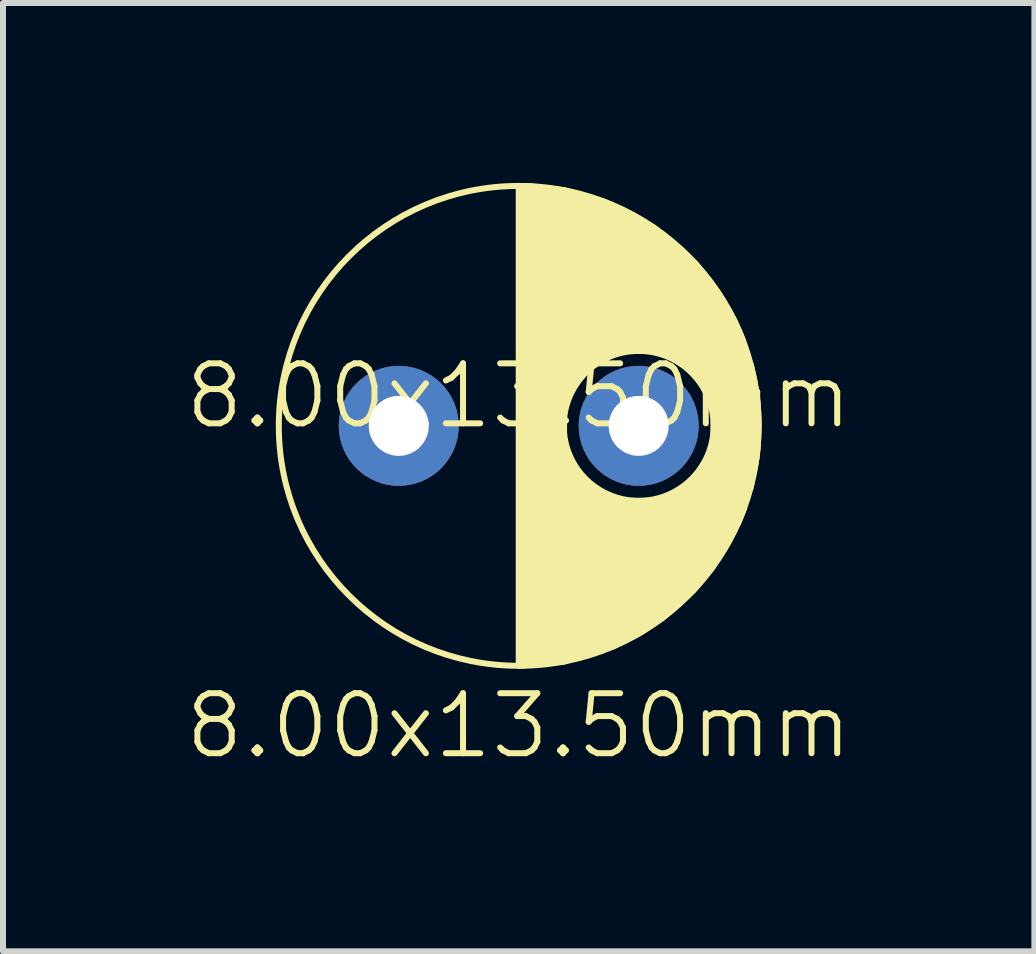
<source format=kicad_pcb>
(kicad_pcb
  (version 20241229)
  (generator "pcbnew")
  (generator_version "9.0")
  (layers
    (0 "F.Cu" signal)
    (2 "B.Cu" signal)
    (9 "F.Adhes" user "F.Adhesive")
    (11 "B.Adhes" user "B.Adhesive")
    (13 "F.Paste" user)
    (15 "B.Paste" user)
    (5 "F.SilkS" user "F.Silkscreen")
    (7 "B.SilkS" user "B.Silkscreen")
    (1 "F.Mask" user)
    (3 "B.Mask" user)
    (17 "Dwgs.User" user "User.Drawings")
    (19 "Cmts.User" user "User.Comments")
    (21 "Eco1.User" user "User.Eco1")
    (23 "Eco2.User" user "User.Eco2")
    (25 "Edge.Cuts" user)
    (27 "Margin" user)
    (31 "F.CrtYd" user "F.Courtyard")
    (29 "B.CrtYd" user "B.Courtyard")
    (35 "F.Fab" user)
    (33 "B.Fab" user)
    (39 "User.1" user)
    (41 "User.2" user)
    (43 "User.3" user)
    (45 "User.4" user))
  (footprint "8.00x13.50mm"
    (layer "F.Cu")
    (at 5.598 4.05)
    (property "Reference" "8.00x13.50mm" (at 0 -0.5 0) (unlocked yes) (layer "F.SilkS") (effects (font (size 1 1) (thickness 0.1))))
    (attr smd)
    (fp_circle (center 0 0) (end 0 -4) (stroke (width 0.1) (type default)) (fill no) (layer "F.SilkS"))
    (fp_circle (center 2 0) (end 3.25 0) (stroke (width 0.1) (type default)) (fill no) (layer "F.SilkS"))
    (fp_poly (pts (xy 0.5 -1.25) (xy 0.5 -0.5) (xy 0.75 -0.442) (xy 0.861 -0.515) (xy 1.094 -0.861) (xy 1.322 -1.05) (xy 1.535 -1.16) (xy 1.571 -1.25)) (stroke (width 0.05) (type solid)) (fill yes) (layer "F.SilkS"))
    (fp_poly (pts (xy 0.75 1.5) (xy 1.5 1.5) (xy 1.558 1.25) (xy 1.485 1.139) (xy 1.139 0.906) (xy 0.95 0.678) (xy 0.84 0.465) (xy 0.75 0.429)) (stroke (width 0.05) (type solid)) (fill yes) (layer "F.SilkS"))
    (fp_poly (pts (xy 3.25 -1.5) (xy 2.5 -1.5) (xy 2.442 -1.25) (xy 2.515 -1.139) (xy 2.861 -0.906) (xy 3.05 -0.678) (xy 3.16 -0.465) (xy 3.25 -0.429)) (stroke (width 0.05) (type solid)) (fill yes) (layer "F.SilkS"))
    (fp_poly (pts (xy 3.5 1.25) (xy 3.5 0.5) (xy 3.25 0.442) (xy 3.139 0.515) (xy 2.906 0.861) (xy 2.678 1.05) (xy 2.465 1.16) (xy 2.429 1.25)) (stroke (width 0.05) (type solid)) (fill yes) (layer "F.SilkS"))
    (fp_poly (pts (xy 0 -3.75) (xy 0 4) (xy 0.756 3.928) (xy 0.756 -3.744) (xy 0.75 -3.75) (xy 0.76 -3.927) (xy 0.166 -3.997) (xy 0.003 -3.997) (xy 0 -4)) (stroke (width 0.1) (type solid)) (fill yes) (layer "F.SilkS"))
    (fp_poly (pts (xy 0.75 -1.25) (xy 0.76 -3.927) (xy 1.433 -3.734) (xy 2.245 -3.311) (xy 2.945 -2.707) (xy 3.585 -1.773) (xy 3.736 -1.43) (xy 3.736 -1.264) (xy 3.75 -1.25)) (stroke (width 0.1) (type solid)) (fill yes) (layer "F.SilkS"))
    (fp_poly (pts (xy 0.75 1.25) (xy 3.75 1.25) (xy 3.758 1.37) (xy 3.655 1.626) (xy 3.227 2.364) (xy 2.915 2.739) (xy 2.407 3.195) (xy 2.016 3.455) (xy 1.561 3.683) (xy 0.756 3.928)) (stroke (width 0.1) (type solid)) (fill yes) (layer "F.SilkS"))
    (fp_poly (pts (xy 3.25 1.25) (xy 3.25 -1.25) (xy 3.75 -1.25) (xy 3.872 -1.005) (xy 3.928 -0.753) (xy 3.97 -0.486) (xy 3.993 -0.232) (xy 4 0) (xy 3.985 0.342) (xy 3.963 0.544) (xy 3.862 1.042) (xy 3.75 1.25)) (stroke (width 0.1) (type solid)) (fill yes) (layer "F.SilkS"))
    (fp_text user "${REFERENCE}" (at 0 5 0) (unlocked yes) (layer "F.SilkS") (effects (font (size 1 1) (thickness 0.1))))
    (pad "1" thru_hole circle (at -2 0) (size 2 2) (drill 1) (layers "*.Cu" "*.Mask"))
    (pad "2" thru_hole circle (at 2 0) (size 2 2) (drill 1) (layers "*.Cu" "*.Mask")))
  (gr_rect
    (start -3 -3)
    (end 14.195 12.81)
    (stroke (width 0.1) (type default))
    (fill no)
    (layer "Edge.Cuts")))
</source>
